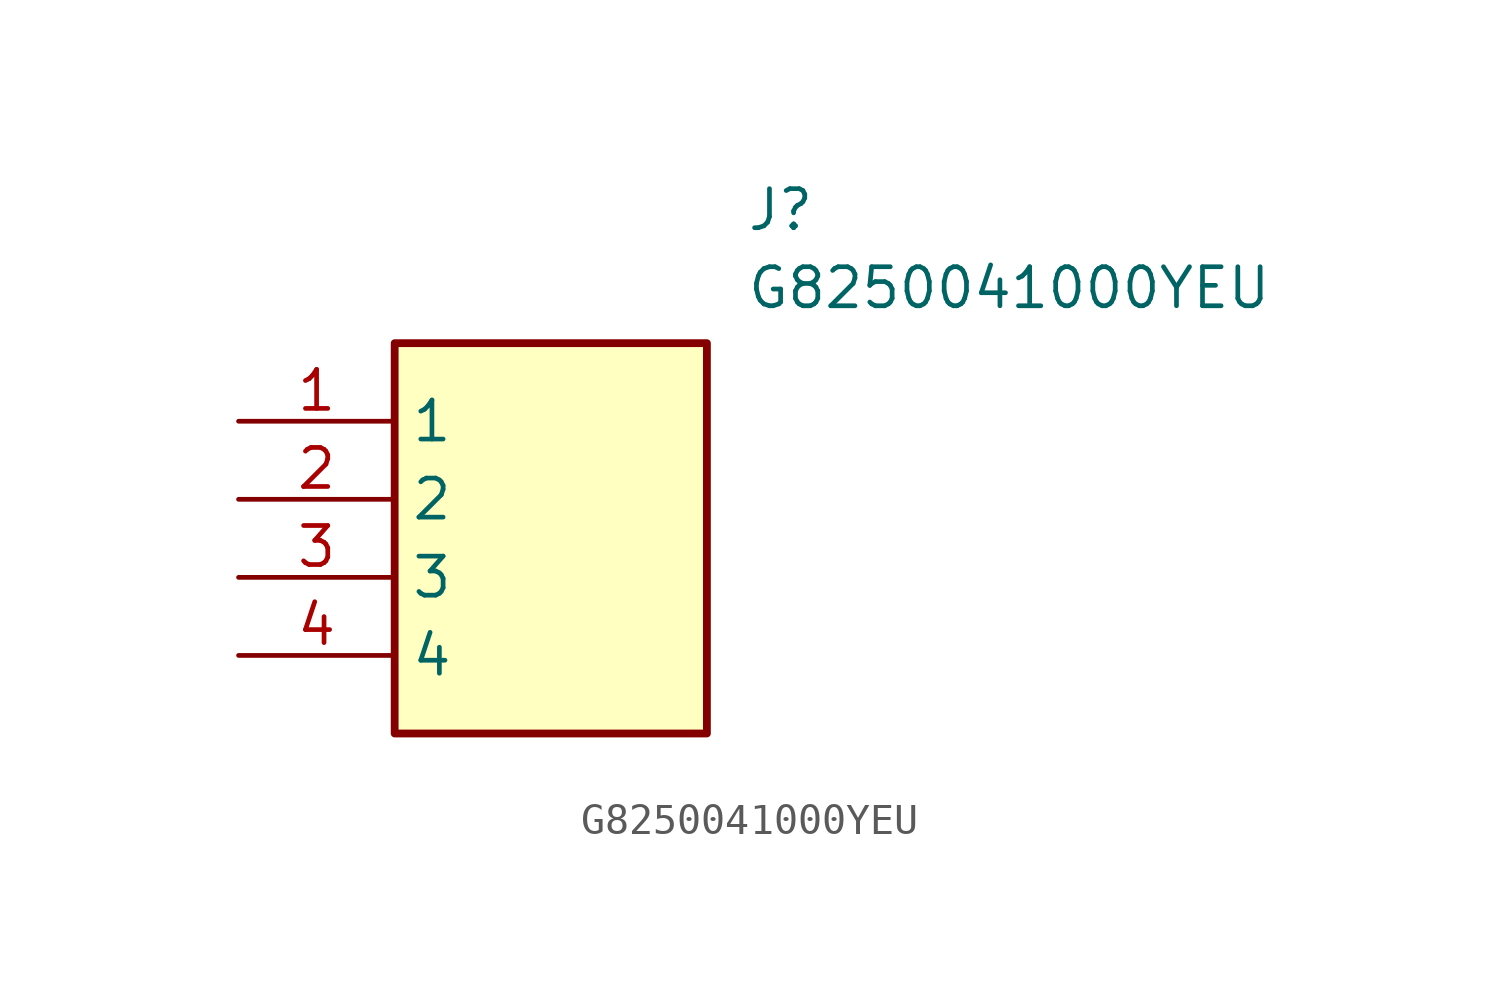
<source format=kicad_sym>
(kicad_symbol_lib
  (version 20241209)
  (generator "kicad_symbol_editor")
  (generator_version "9.0")
  (symbol "G8250041000YEU"
    (property "Reference" "J"
      (at 16.51 7.62 0)
      (effects (font (size 1.27 1.27)) (justify left top)))
    (property "Value" "G8250041000YEU"
      (at 16.51 5.08 0)
      (effects (font (size 1.27 1.27)) (justify left top)))
    (symbol "G8250041000YEU_1_1"
      (rectangle (start 5.08 2.54) (end 15.24 -10.16) (stroke (width 0.254) (type default)) (fill (type background)))
      (pin passive line (at 0 0 0) (length 5.08) (name "1" (effects (font (size 1.27 1.27)))) (number "1" (effects (font (size 1.27 1.27)))))
      (pin passive line (at 0 -2.54 0) (length 5.08) (name "2" (effects (font (size 1.27 1.27)))) (number "2" (effects (font (size 1.27 1.27)))))
      (pin passive line (at 0 -5.08 0) (length 5.08) (name "3" (effects (font (size 1.27 1.27)))) (number "3" (effects (font (size 1.27 1.27)))))
      (pin passive line (at 0 -7.62 0) (length 5.08) (name "4" (effects (font (size 1.27 1.27)))) (number "4" (effects (font (size 1.27 1.27))))))))
</source>
